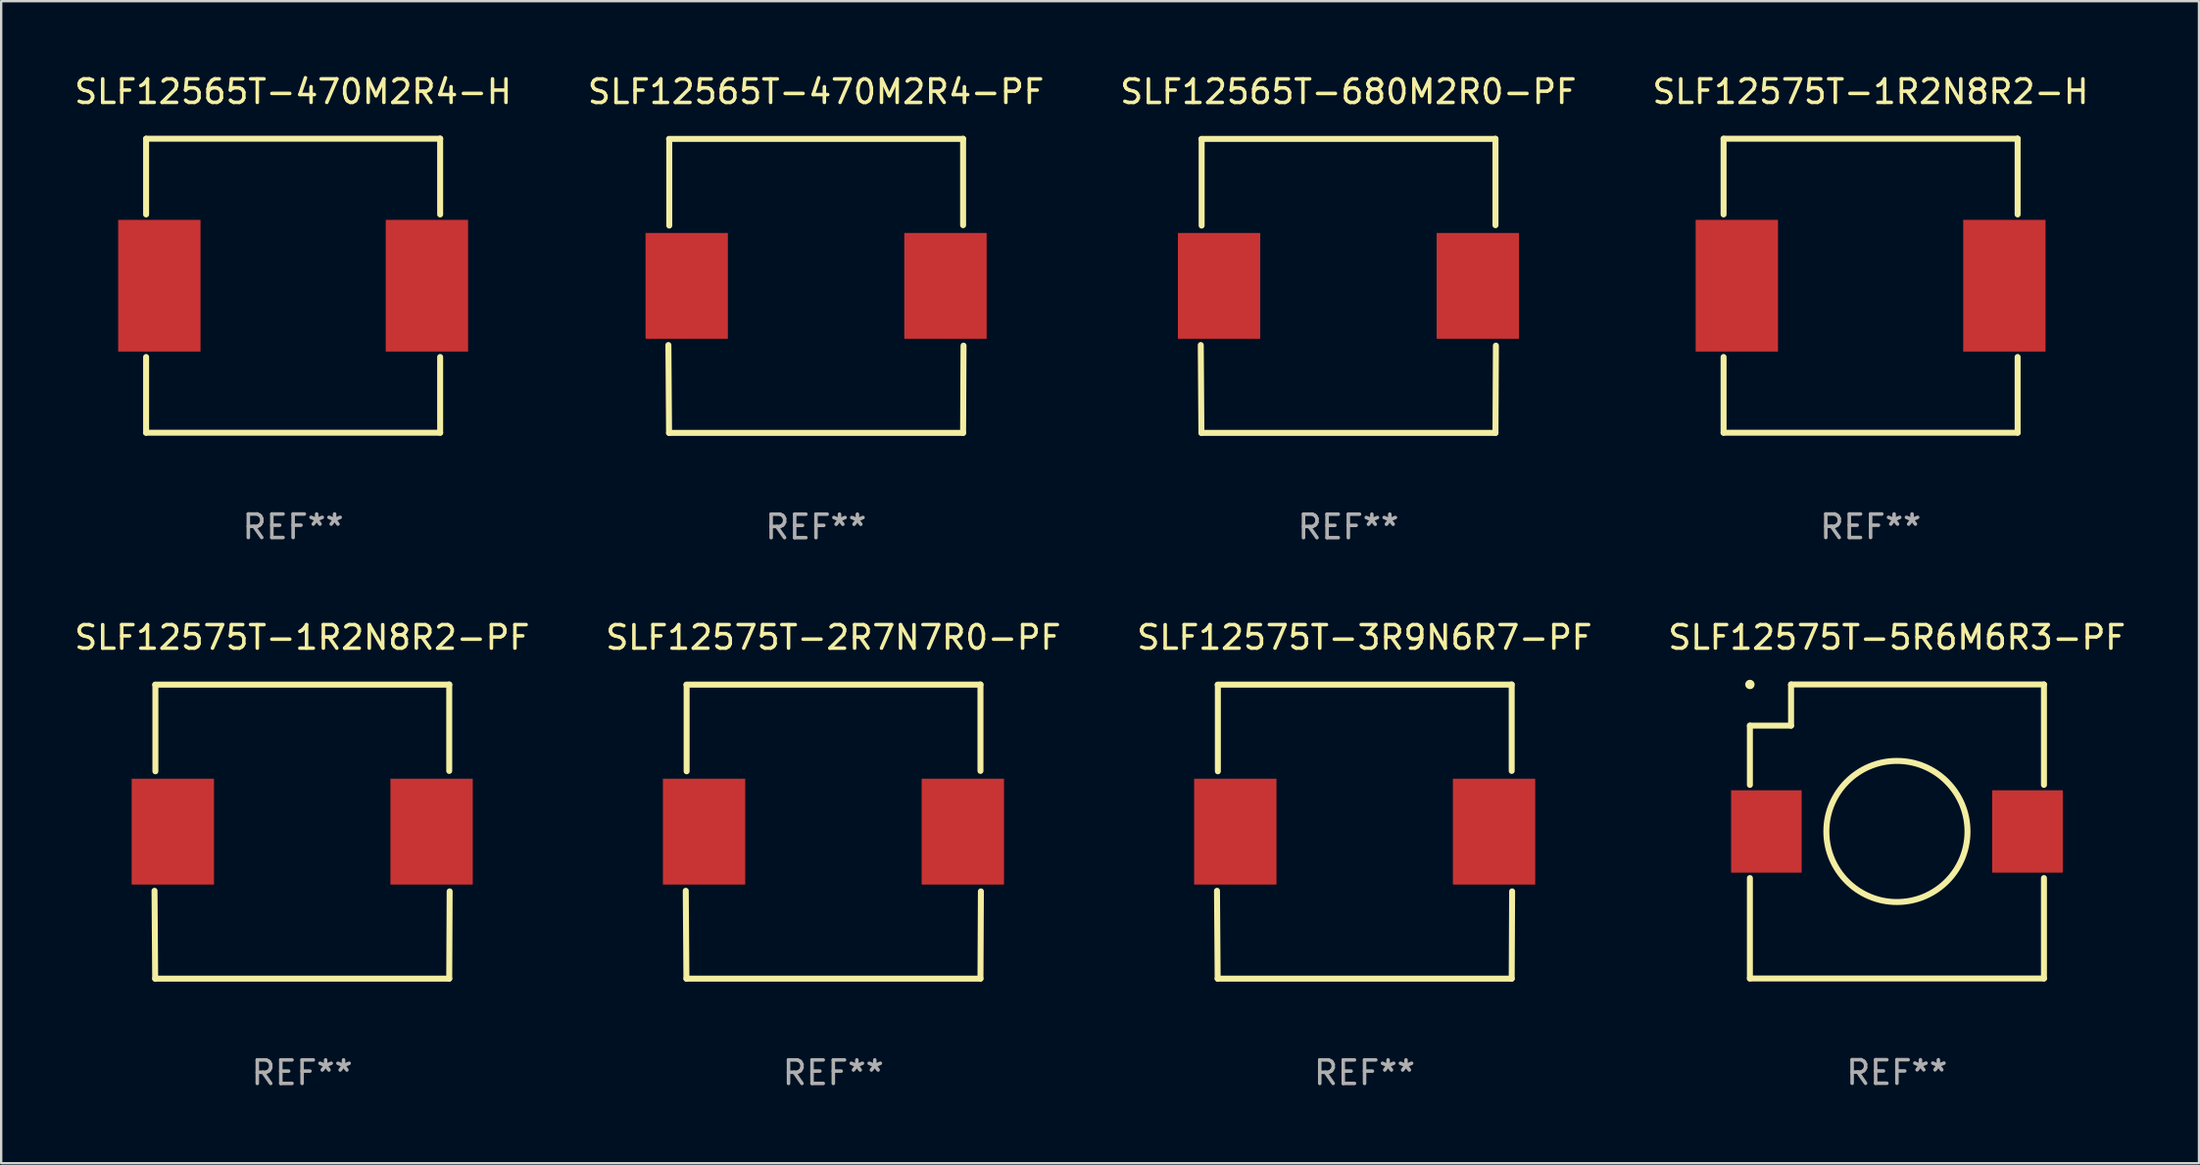
<source format=kicad_pcb>
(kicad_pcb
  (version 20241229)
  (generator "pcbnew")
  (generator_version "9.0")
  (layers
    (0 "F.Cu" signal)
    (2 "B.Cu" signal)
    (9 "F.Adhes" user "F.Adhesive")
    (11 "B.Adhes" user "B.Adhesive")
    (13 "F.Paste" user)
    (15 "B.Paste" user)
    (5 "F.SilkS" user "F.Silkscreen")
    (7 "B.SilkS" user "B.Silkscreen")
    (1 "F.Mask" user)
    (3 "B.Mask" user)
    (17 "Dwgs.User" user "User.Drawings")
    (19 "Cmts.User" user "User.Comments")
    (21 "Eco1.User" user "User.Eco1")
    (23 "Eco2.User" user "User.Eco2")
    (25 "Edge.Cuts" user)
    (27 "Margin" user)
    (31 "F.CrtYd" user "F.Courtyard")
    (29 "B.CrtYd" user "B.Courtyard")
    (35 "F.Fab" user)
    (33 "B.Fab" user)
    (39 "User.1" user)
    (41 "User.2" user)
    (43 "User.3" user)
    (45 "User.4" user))
  (footprint "SLF12565T-470M2R4-H"
    (layer "F.Cu")
    (at 9.411 9.098)
    (property "Reference" "SLF12565T-470M2R4-H" (at 0 -8.25 0) (layer "F.SilkS") (effects (font (size 1 1) (thickness 0.15))))
    (attr through_hole)
    (fp_line (start -6.25 -6.25) (end 6.25 -6.25) (stroke (width 0.254) (type solid)) (layer "F.SilkS"))
    (fp_line (start -6.25 -3.031) (end -6.25 -6.25) (stroke (width 0.254) (type solid)) (layer "F.SilkS"))
    (fp_line (start -6.25 6.25) (end -6.25 3.031) (stroke (width 0.254) (type solid)) (layer "F.SilkS"))
    (fp_line (start 6.25 -6.25) (end 6.25 -6.25) (stroke (width 0.254) (type solid)) (layer "F.SilkS"))
    (fp_line (start 6.25 -6.25) (end 6.25 -3.031) (stroke (width 0.254) (type solid)) (layer "F.SilkS"))
    (fp_line (start 6.25 3.031) (end 6.25 6.25) (stroke (width 0.254) (type solid)) (layer "F.SilkS"))
    (fp_line (start 6.25 6.25) (end -6.25 6.25) (stroke (width 0.254) (type solid)) (layer "F.SilkS"))
    (fp_circle (center -6.25 6.25) (end -6.22 6.25) (stroke (width 0.06) (type solid)) (fill no) (layer "F.SilkS"))
    (fp_text user "REF**" (at 0 10.25 0) (layer "F.Fab") (effects (font (size 1 1) (thickness 0.15))))
    (pad "1" smd rect (at -5.687 0) (size 3.5 5.6) (layers "F.Cu" "F.Mask" "F.Paste"))
    (pad "2" smd rect (at 5.687 0) (size 3.5 5.6) (layers "F.Cu" "F.Mask" "F.Paste")))
  (footprint "SLF12575T-1R2N8R2-PF"
    (layer "F.Cu")
    (at 9.792 32.305)
    (property "Reference" "SLF12575T-1R2N8R2-PF" (at 0 -8.253 0) (layer "F.SilkS") (effects (font (size 1 1) (thickness 0.15))))
    (attr through_hole)
    (fp_line (start -6.273 2.518) (end -6.245 6.253) (stroke (width 0.254) (type solid)) (layer "F.SilkS"))
    (fp_line (start -6.245 -6.247) (end 6.255 -6.247) (stroke (width 0.254) (type solid)) (layer "F.SilkS"))
    (fp_line (start -6.245 6.253) (end 6.255 6.253) (stroke (width 0.254) (type solid)) (layer "F.SilkS"))
    (fp_line (start -6.236 -6.237) (end -6.236 -2.562) (stroke (width 0.254) (type solid)) (layer "F.SilkS"))
    (fp_line (start 6.255 -6.253) (end 6.255 -2.578) (stroke (width 0.254) (type solid)) (layer "F.SilkS"))
    (fp_line (start 6.255 6.253) (end 6.273 2.543) (stroke (width 0.254) (type solid)) (layer "F.SilkS"))
    (fp_circle (center -6.245 6.253) (end -6.215 6.253) (stroke (width 0.06) (type solid)) (fill no) (layer "F.SilkS"))
    (fp_text user "REF**" (at 0 10.253 0) (layer "F.Fab") (effects (font (size 1 1) (thickness 0.15))))
    (pad "1" smd rect (at -5.495 0.003) (size 3.5 4.5) (layers "F.Cu" "F.Mask" "F.Paste"))
    (pad "2" smd rect (at 5.505 0.003) (size 3.5 4.5) (layers "F.Cu" "F.Mask" "F.Paste")))
  (footprint "SLF12575T-3R9N6R7-PF"
    (layer "F.Cu")
    (at 54.958 32.305)
    (property "Reference" "SLF12575T-3R9N6R7-PF" (at 0 -8.253 0) (layer "F.SilkS") (effects (font (size 1 1) (thickness 0.15))))
    (attr through_hole)
    (fp_line (start -6.273 2.518) (end -6.245 6.253) (stroke (width 0.254) (type solid)) (layer "F.SilkS"))
    (fp_line (start -6.245 -6.247) (end 6.255 -6.247) (stroke (width 0.254) (type solid)) (layer "F.SilkS"))
    (fp_line (start -6.245 6.253) (end 6.255 6.253) (stroke (width 0.254) (type solid)) (layer "F.SilkS"))
    (fp_line (start -6.236 -6.237) (end -6.236 -2.562) (stroke (width 0.254) (type solid)) (layer "F.SilkS"))
    (fp_line (start 6.255 -6.253) (end 6.255 -2.578) (stroke (width 0.254) (type solid)) (layer "F.SilkS"))
    (fp_line (start 6.255 6.253) (end 6.273 2.543) (stroke (width 0.254) (type solid)) (layer "F.SilkS"))
    (fp_circle (center -6.245 6.253) (end -6.215 6.253) (stroke (width 0.06) (type solid)) (fill no) (layer "F.SilkS"))
    (fp_text user "REF**" (at 0 10.253 0) (layer "F.Fab") (effects (font (size 1 1) (thickness 0.15))))
    (pad "1" smd rect (at -5.495 0.003) (size 3.5 4.5) (layers "F.Cu" "F.Mask" "F.Paste"))
    (pad "2" smd rect (at 5.505 0.003) (size 3.5 4.5) (layers "F.Cu" "F.Mask" "F.Paste")))
  (footprint "SLF12575T-5R6M6R3-PF"
    (layer "F.Cu")
    (at 77.589 32.301)
    (property "Reference" "SLF12575T-5R6M6R3-PF" (at 0 -8.25 0) (layer "F.SilkS") (effects (font (size 1 1) (thickness 0.15))))
    (attr through_hole)
    (fp_line (start -6.25 -4.5) (end -6.25 -1.981) (stroke (width 0.254) (type solid)) (layer "F.SilkS"))
    (fp_line (start -6.25 -4.5) (end -4.5 -4.5) (stroke (width 0.254) (type solid)) (layer "F.SilkS"))
    (fp_line (start -6.25 6.25) (end -6.25 1.981) (stroke (width 0.254) (type solid)) (layer "F.SilkS"))
    (fp_line (start -6.25 6.25) (end 6.25 6.25) (stroke (width 0.254) (type solid)) (layer "F.SilkS"))
    (fp_line (start -4.5 -6.25) (end 6.25 -6.25) (stroke (width 0.254) (type solid)) (layer "F.SilkS"))
    (fp_line (start -4.5 -4.5) (end -4.5 -6.25) (stroke (width 0.254) (type solid)) (layer "F.SilkS"))
    (fp_line (start 6.25 -6.25) (end 6.25 -1.981) (stroke (width 0.254) (type solid)) (layer "F.SilkS"))
    (fp_line (start 6.25 1.981) (end 6.25 6.25) (stroke (width 0.254) (type solid)) (layer "F.SilkS"))
    (fp_circle (center -6.25 -6.25) (end -6.15 -6.25) (stroke (width 0.2) (type solid)) (fill no) (layer "F.SilkS"))
    (fp_circle (center 0 0) (end 3 0) (stroke (width 0.254) (type solid)) (fill no) (layer "F.SilkS"))
    (fp_text user "REF**" (at 0 10.25 0) (layer "F.Fab") (effects (font (size 1 1) (thickness 0.15))))
    (pad "1" smd rect (at -5.55 0) (size 3 3.5) (layers "F.Cu" "F.Mask" "F.Paste"))
    (pad "2" smd rect (at 5.55 0) (size 3 3.5) (layers "F.Cu" "F.Mask" "F.Paste")))
  (footprint "SLF12575T-2R7N7R0-PF"
    (layer "F.Cu")
    (at 32.375 32.305)
    (property "Reference" "SLF12575T-2R7N7R0-PF" (at 0 -8.253 0) (layer "F.SilkS") (effects (font (size 1 1) (thickness 0.15))))
    (attr through_hole)
    (fp_line (start -6.273 2.518) (end -6.245 6.253) (stroke (width 0.254) (type solid)) (layer "F.SilkS"))
    (fp_line (start -6.245 -6.247) (end 6.255 -6.247) (stroke (width 0.254) (type solid)) (layer "F.SilkS"))
    (fp_line (start -6.245 6.253) (end 6.255 6.253) (stroke (width 0.254) (type solid)) (layer "F.SilkS"))
    (fp_line (start -6.236 -6.237) (end -6.236 -2.562) (stroke (width 0.254) (type solid)) (layer "F.SilkS"))
    (fp_line (start 6.255 -6.253) (end 6.255 -2.578) (stroke (width 0.254) (type solid)) (layer "F.SilkS"))
    (fp_line (start 6.255 6.253) (end 6.273 2.543) (stroke (width 0.254) (type solid)) (layer "F.SilkS"))
    (fp_circle (center -6.245 6.253) (end -6.215 6.253) (stroke (width 0.06) (type solid)) (fill no) (layer "F.SilkS"))
    (fp_text user "REF**" (at 0 10.253 0) (layer "F.Fab") (effects (font (size 1 1) (thickness 0.15))))
    (pad "1" smd rect (at -5.495 0.003) (size 3.5 4.5) (layers "F.Cu" "F.Mask" "F.Paste"))
    (pad "2" smd rect (at 5.505 0.003) (size 3.5 4.5) (layers "F.Cu" "F.Mask" "F.Paste")))
  (footprint "SLF12565T-470M2R4-PF"
    (layer "F.Cu")
    (at 31.637 9.102)
    (property "Reference" "SLF12565T-470M2R4-PF" (at 0 -8.253 0) (layer "F.SilkS") (effects (font (size 1 1) (thickness 0.15))))
    (attr through_hole)
    (fp_line (start -6.273 2.518) (end -6.245 6.253) (stroke (width 0.254) (type solid)) (layer "F.SilkS"))
    (fp_line (start -6.245 -6.247) (end 6.255 -6.247) (stroke (width 0.254) (type solid)) (layer "F.SilkS"))
    (fp_line (start -6.245 6.253) (end 6.255 6.253) (stroke (width 0.254) (type solid)) (layer "F.SilkS"))
    (fp_line (start -6.236 -6.237) (end -6.236 -2.562) (stroke (width 0.254) (type solid)) (layer "F.SilkS"))
    (fp_line (start 6.255 -6.253) (end 6.255 -2.578) (stroke (width 0.254) (type solid)) (layer "F.SilkS"))
    (fp_line (start 6.255 6.253) (end 6.273 2.543) (stroke (width 0.254) (type solid)) (layer "F.SilkS"))
    (fp_circle (center -6.245 6.253) (end -6.215 6.253) (stroke (width 0.06) (type solid)) (fill no) (layer "F.SilkS"))
    (fp_text user "REF**" (at 0 10.253 0) (layer "F.Fab") (effects (font (size 1 1) (thickness 0.15))))
    (pad "1" smd rect (at -5.495 0.003) (size 3.5 4.5) (layers "F.Cu" "F.Mask" "F.Paste"))
    (pad "2" smd rect (at 5.505 0.003) (size 3.5 4.5) (layers "F.Cu" "F.Mask" "F.Paste")))
  (footprint "SLF12575T-1R2N8R2-H"
    (layer "F.Cu")
    (at 76.47 9.098)
    (property "Reference" "SLF12575T-1R2N8R2-H" (at 0 -8.25 0) (layer "F.SilkS") (effects (font (size 1 1) (thickness 0.15))))
    (attr through_hole)
    (fp_line (start -6.25 -6.25) (end 6.25 -6.25) (stroke (width 0.254) (type solid)) (layer "F.SilkS"))
    (fp_line (start -6.25 -3.031) (end -6.25 -6.25) (stroke (width 0.254) (type solid)) (layer "F.SilkS"))
    (fp_line (start -6.25 6.25) (end -6.25 3.031) (stroke (width 0.254) (type solid)) (layer "F.SilkS"))
    (fp_line (start 6.25 -6.25) (end 6.25 -6.25) (stroke (width 0.254) (type solid)) (layer "F.SilkS"))
    (fp_line (start 6.25 -6.25) (end 6.25 -3.031) (stroke (width 0.254) (type solid)) (layer "F.SilkS"))
    (fp_line (start 6.25 3.031) (end 6.25 6.25) (stroke (width 0.254) (type solid)) (layer "F.SilkS"))
    (fp_line (start 6.25 6.25) (end -6.25 6.25) (stroke (width 0.254) (type solid)) (layer "F.SilkS"))
    (fp_circle (center -6.25 6.25) (end -6.22 6.25) (stroke (width 0.06) (type solid)) (fill no) (layer "F.SilkS"))
    (fp_text user "REF**" (at 0 10.25 0) (layer "F.Fab") (effects (font (size 1 1) (thickness 0.15))))
    (pad "1" smd rect (at -5.687 0) (size 3.5 5.6) (layers "F.Cu" "F.Mask" "F.Paste"))
    (pad "2" smd rect (at 5.687 0) (size 3.5 5.6) (layers "F.Cu" "F.Mask" "F.Paste")))
  (footprint "SLF12565T-680M2R0-PF"
    (layer "F.Cu")
    (at 54.268 9.102)
    (property "Reference" "SLF12565T-680M2R0-PF" (at 0 -8.253 0) (layer "F.SilkS") (effects (font (size 1 1) (thickness 0.15))))
    (attr through_hole)
    (fp_line (start -6.273 2.518) (end -6.245 6.253) (stroke (width 0.254) (type solid)) (layer "F.SilkS"))
    (fp_line (start -6.245 -6.247) (end 6.255 -6.247) (stroke (width 0.254) (type solid)) (layer "F.SilkS"))
    (fp_line (start -6.245 6.253) (end 6.255 6.253) (stroke (width 0.254) (type solid)) (layer "F.SilkS"))
    (fp_line (start -6.236 -6.237) (end -6.236 -2.562) (stroke (width 0.254) (type solid)) (layer "F.SilkS"))
    (fp_line (start 6.255 -6.253) (end 6.255 -2.578) (stroke (width 0.254) (type solid)) (layer "F.SilkS"))
    (fp_line (start 6.255 6.253) (end 6.273 2.543) (stroke (width 0.254) (type solid)) (layer "F.SilkS"))
    (fp_circle (center -6.245 6.253) (end -6.215 6.253) (stroke (width 0.06) (type solid)) (fill no) (layer "F.SilkS"))
    (fp_text user "REF**" (at 0 10.253 0) (layer "F.Fab") (effects (font (size 1 1) (thickness 0.15))))
    (pad "1" smd rect (at -5.495 0.003) (size 3.5 4.5) (layers "F.Cu" "F.Mask" "F.Paste"))
    (pad "2" smd rect (at 5.505 0.003) (size 3.5 4.5) (layers "F.Cu" "F.Mask" "F.Paste")))
  (gr_rect
    (start -3 -3)
    (end 90.429 46.406)
    (stroke (width 0.1) (type default))
    (fill no)
    (layer "Edge.Cuts")))
</source>
